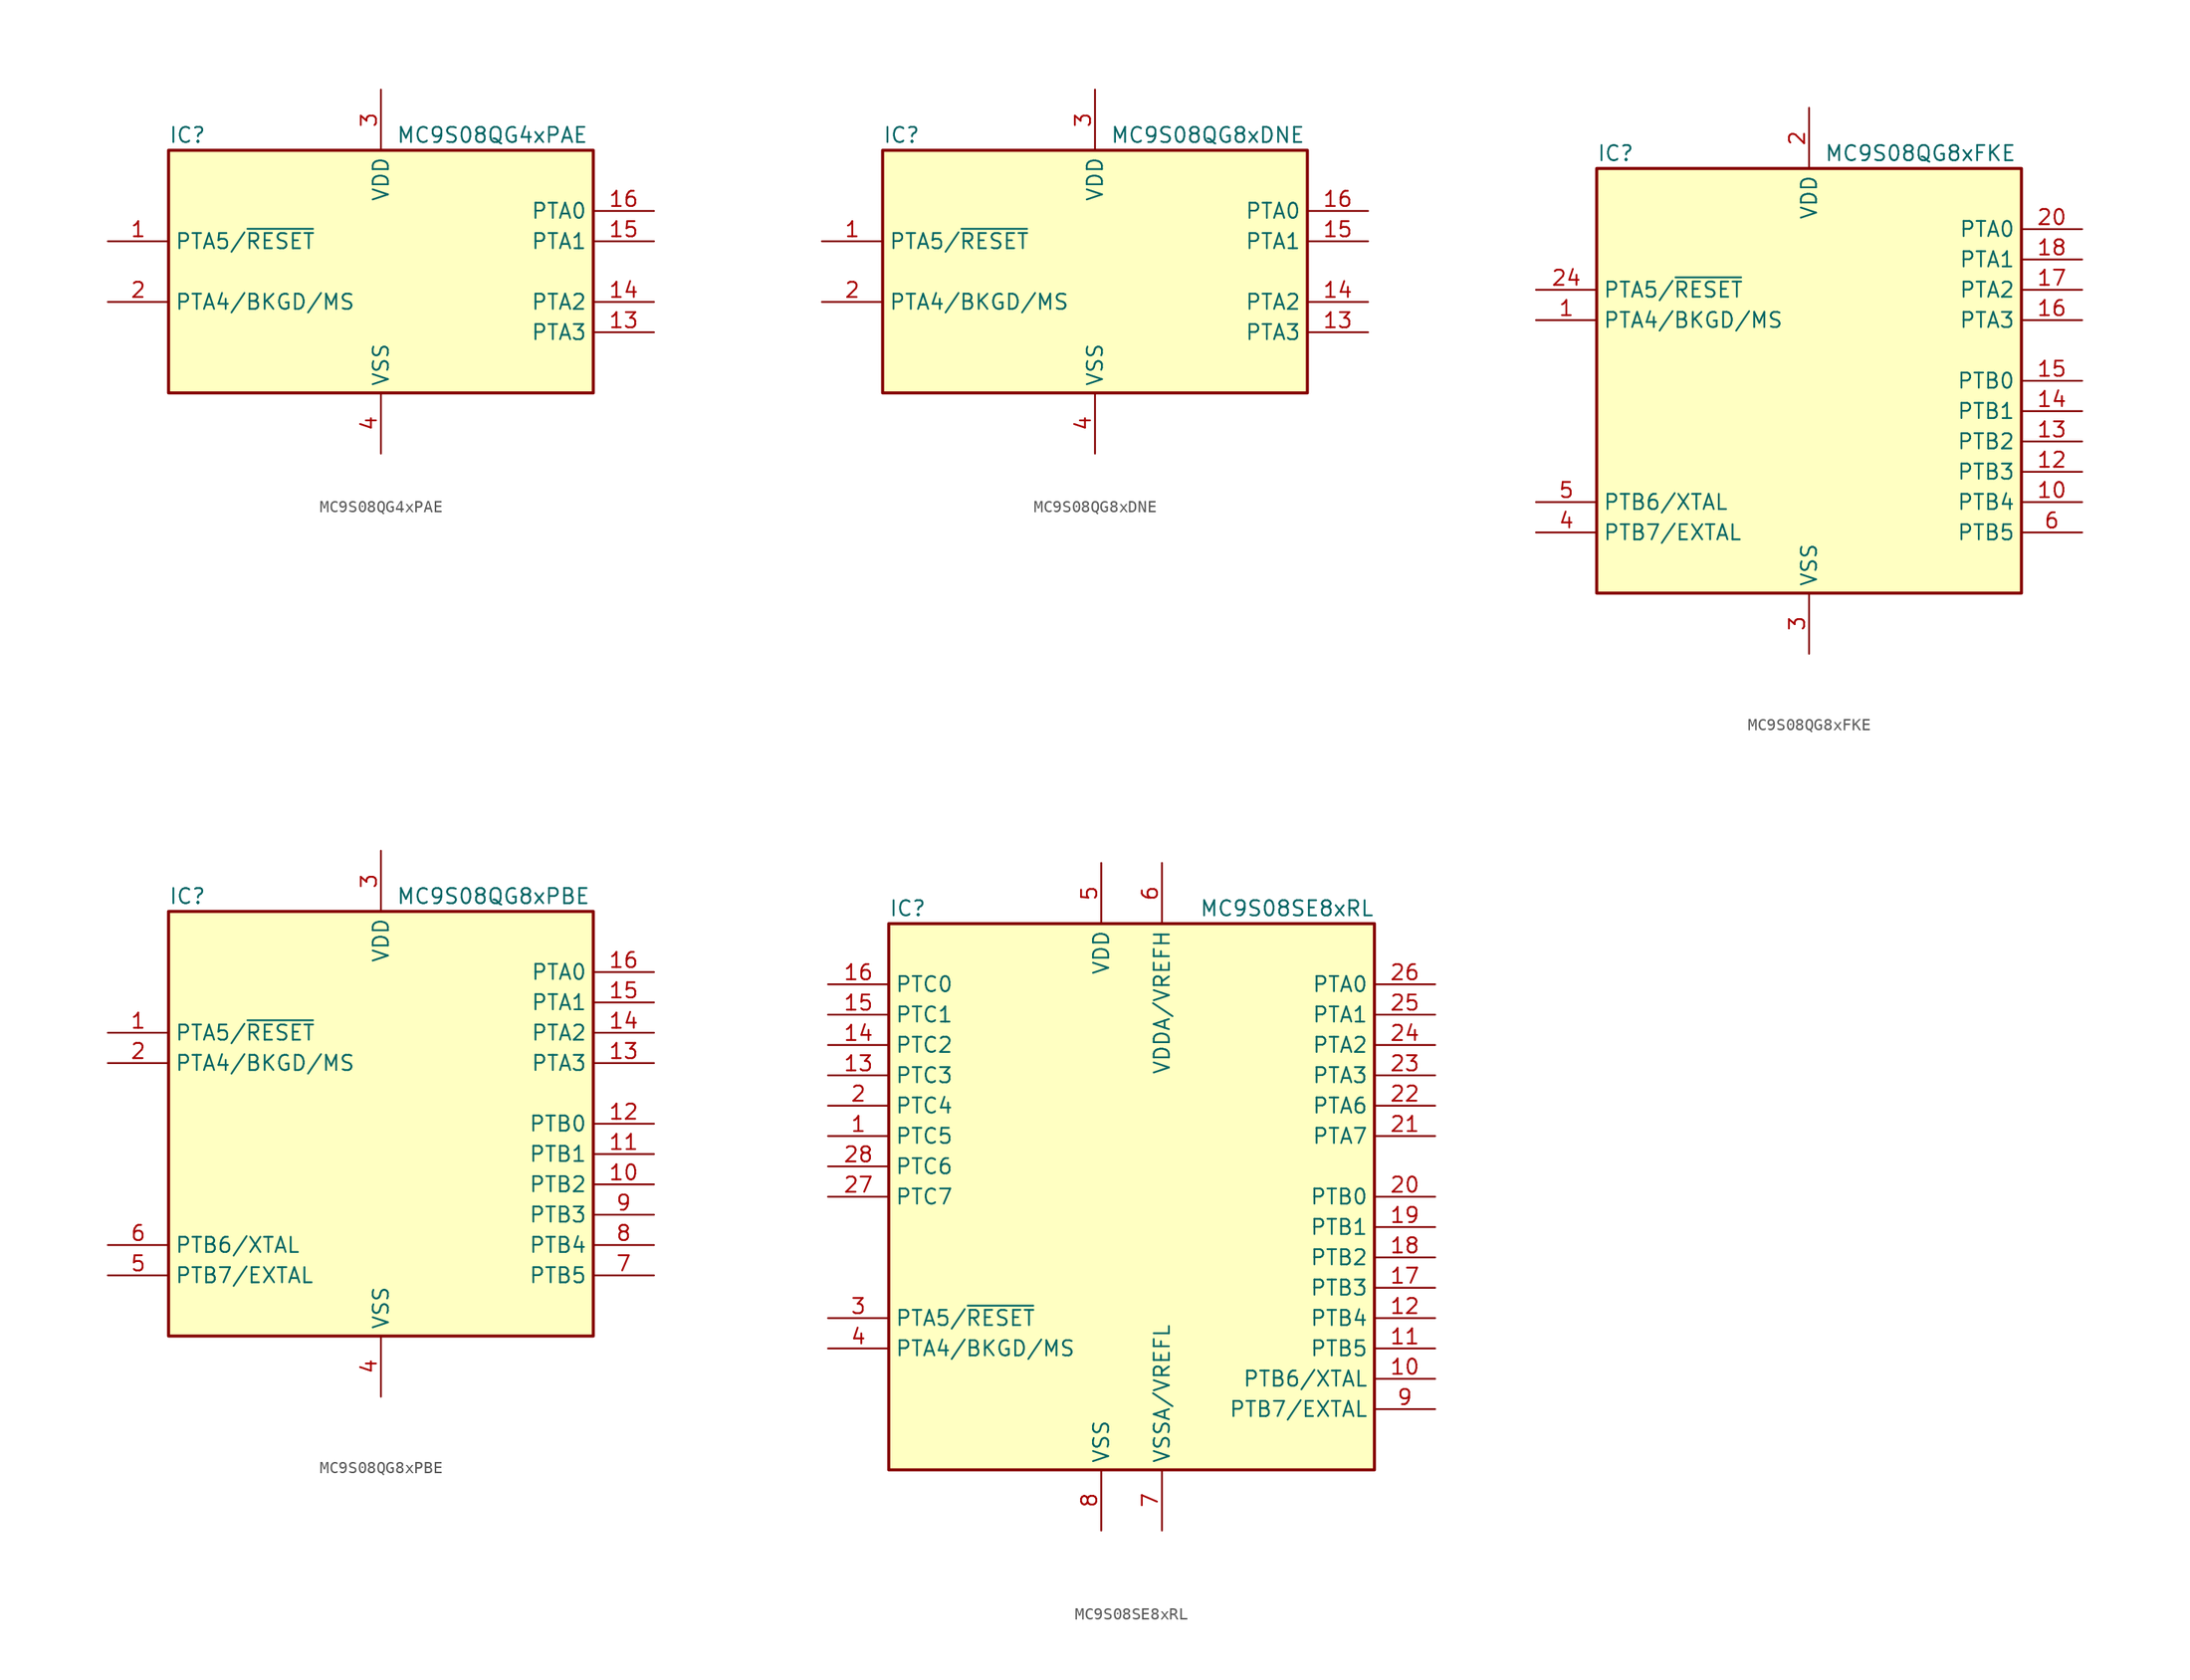
<source format=kicad_sym>
(kicad_symbol_lib
  (version 20220914)
  (generator kicad_symbol_editor)
  (symbol "MC9S08QG4xPAE"
    (property "Reference" "IC"
      (at -17.78 11.43 0)
      (effects (font (size 1.27 1.27)) (justify left)))
    (property "Value" "MC9S08QG4xPAE"
      (at 1.27 11.43 0)
      (effects (font (size 1.27 1.27)) (justify left)))
    (symbol "MC9S08QG4xPAE_0_1"
      (rectangle (start -17.78 10.16) (end 17.78 -10.16) (stroke (width 0.254) (type default)) (fill (type background))))
    (symbol "MC9S08QG4xPAE_1_1"
      (pin bidirectional line (at -22.86 2.54 0) (length 5.08) (name "PTA5/~{RESET}" (effects (font (size 1.27 1.27)))) (number "1" (effects (font (size 1.27 1.27)))))
      (pin bidirectional line (at 22.86 -5.08 180) (length 5.08) (name "PTA3" (effects (font (size 1.27 1.27)))) (number "13" (effects (font (size 1.27 1.27)))))
      (pin bidirectional line (at 22.86 -2.54 180) (length 5.08) (name "PTA2" (effects (font (size 1.27 1.27)))) (number "14" (effects (font (size 1.27 1.27)))))
      (pin bidirectional line (at 22.86 2.54 180) (length 5.08) (name "PTA1" (effects (font (size 1.27 1.27)))) (number "15" (effects (font (size 1.27 1.27)))))
      (pin bidirectional line (at 22.86 5.08 180) (length 5.08) (name "PTA0" (effects (font (size 1.27 1.27)))) (number "16" (effects (font (size 1.27 1.27)))))
      (pin bidirectional line (at -22.86 -2.54 0) (length 5.08) (name "PTA4/BKGD/MS" (effects (font (size 1.27 1.27)))) (number "2" (effects (font (size 1.27 1.27)))))
      (pin power_in line (at 0 15.24 270) (length 5.08) (name "VDD" (effects (font (size 1.27 1.27)))) (number "3" (effects (font (size 1.27 1.27)))))
      (pin power_in line (at 0 -15.24 90) (length 5.08) (name "VSS" (effects (font (size 1.27 1.27)))) (number "4" (effects (font (size 1.27 1.27)))))))
  (symbol "MC9S08QG8xDNE"
    (property "Reference" "IC"
      (at -17.78 11.43 0)
      (effects (font (size 1.27 1.27)) (justify left)))
    (property "Value" "MC9S08QG8xDNE"
      (at 1.27 11.43 0)
      (effects (font (size 1.27 1.27)) (justify left)))
    (symbol "MC9S08QG8xDNE_0_1"
      (rectangle (start -17.78 10.16) (end 17.78 -10.16) (stroke (width 0.254) (type default)) (fill (type background))))
    (symbol "MC9S08QG8xDNE_1_1"
      (pin bidirectional line (at -22.86 2.54 0) (length 5.08) (name "PTA5/~{RESET}" (effects (font (size 1.27 1.27)))) (number "1" (effects (font (size 1.27 1.27)))))
      (pin bidirectional line (at 22.86 -5.08 180) (length 5.08) (name "PTA3" (effects (font (size 1.27 1.27)))) (number "13" (effects (font (size 1.27 1.27)))))
      (pin bidirectional line (at 22.86 -2.54 180) (length 5.08) (name "PTA2" (effects (font (size 1.27 1.27)))) (number "14" (effects (font (size 1.27 1.27)))))
      (pin bidirectional line (at 22.86 2.54 180) (length 5.08) (name "PTA1" (effects (font (size 1.27 1.27)))) (number "15" (effects (font (size 1.27 1.27)))))
      (pin bidirectional line (at 22.86 5.08 180) (length 5.08) (name "PTA0" (effects (font (size 1.27 1.27)))) (number "16" (effects (font (size 1.27 1.27)))))
      (pin bidirectional line (at -22.86 -2.54 0) (length 5.08) (name "PTA4/BKGD/MS" (effects (font (size 1.27 1.27)))) (number "2" (effects (font (size 1.27 1.27)))))
      (pin power_in line (at 0 15.24 270) (length 5.08) (name "VDD" (effects (font (size 1.27 1.27)))) (number "3" (effects (font (size 1.27 1.27)))))
      (pin power_in line (at 0 -15.24 90) (length 5.08) (name "VSS" (effects (font (size 1.27 1.27)))) (number "4" (effects (font (size 1.27 1.27)))))))
  (symbol "MC9S08QG8xFKE"
    (property "Reference" "IC"
      (at -17.78 19.05 0)
      (effects (font (size 1.27 1.27)) (justify left)))
    (property "Value" "MC9S08QG8xFKE"
      (at 1.27 19.05 0)
      (effects (font (size 1.27 1.27)) (justify left)))
    (symbol "MC9S08QG8xFKE_0_1"
      (rectangle (start -17.78 17.78) (end 17.78 -17.78) (stroke (width 0.254) (type default)) (fill (type background))))
    (symbol "MC9S08QG8xFKE_1_1"
      (pin bidirectional line (at -22.86 5.08 0) (length 5.08) (name "PTA4/BKGD/MS" (effects (font (size 1.27 1.27)))) (number "1" (effects (font (size 1.27 1.27)))))
      (pin bidirectional line (at 22.86 -10.16 180) (length 5.08) (name "PTB4" (effects (font (size 1.27 1.27)))) (number "10" (effects (font (size 1.27 1.27)))))
      (pin bidirectional line (at 22.86 -7.62 180) (length 5.08) (name "PTB3" (effects (font (size 1.27 1.27)))) (number "12" (effects (font (size 1.27 1.27)))))
      (pin bidirectional line (at 22.86 -5.08 180) (length 5.08) (name "PTB2" (effects (font (size 1.27 1.27)))) (number "13" (effects (font (size 1.27 1.27)))))
      (pin bidirectional line (at 22.86 -2.54 180) (length 5.08) (name "PTB1" (effects (font (size 1.27 1.27)))) (number "14" (effects (font (size 1.27 1.27)))))
      (pin bidirectional line (at 22.86 0 180) (length 5.08) (name "PTB0" (effects (font (size 1.27 1.27)))) (number "15" (effects (font (size 1.27 1.27)))))
      (pin bidirectional line (at 22.86 5.08 180) (length 5.08) (name "PTA3" (effects (font (size 1.27 1.27)))) (number "16" (effects (font (size 1.27 1.27)))))
      (pin bidirectional line (at 22.86 7.62 180) (length 5.08) (name "PTA2" (effects (font (size 1.27 1.27)))) (number "17" (effects (font (size 1.27 1.27)))))
      (pin bidirectional line (at 22.86 10.16 180) (length 5.08) (name "PTA1" (effects (font (size 1.27 1.27)))) (number "18" (effects (font (size 1.27 1.27)))))
      (pin power_in line (at 0 22.86 270) (length 5.08) (name "VDD" (effects (font (size 1.27 1.27)))) (number "2" (effects (font (size 1.27 1.27)))))
      (pin bidirectional line (at 22.86 12.7 180) (length 5.08) (name "PTA0" (effects (font (size 1.27 1.27)))) (number "20" (effects (font (size 1.27 1.27)))))
      (pin bidirectional line (at -22.86 7.62 0) (length 5.08) (name "PTA5/~{RESET}" (effects (font (size 1.27 1.27)))) (number "24" (effects (font (size 1.27 1.27)))))
      (pin power_in line (at 0 -22.86 90) (length 5.08) (name "VSS" (effects (font (size 1.27 1.27)))) (number "3" (effects (font (size 1.27 1.27)))))
      (pin bidirectional line (at -22.86 -12.7 0) (length 5.08) (name "PTB7/EXTAL" (effects (font (size 1.27 1.27)))) (number "4" (effects (font (size 1.27 1.27)))))
      (pin bidirectional line (at -22.86 -10.16 0) (length 5.08) (name "PTB6/XTAL" (effects (font (size 1.27 1.27)))) (number "5" (effects (font (size 1.27 1.27)))))
      (pin bidirectional line (at 22.86 -12.7 180) (length 5.08) (name "PTB5" (effects (font (size 1.27 1.27)))) (number "6" (effects (font (size 1.27 1.27)))))))
  (symbol "MC9S08QG8xPBE"
    (property "Reference" "IC"
      (at -17.78 19.05 0)
      (effects (font (size 1.27 1.27)) (justify left)))
    (property "Value" "MC9S08QG8xPBE"
      (at 1.27 19.05 0)
      (effects (font (size 1.27 1.27)) (justify left)))
    (symbol "MC9S08QG8xPBE_0_1"
      (rectangle (start -17.78 17.78) (end 17.78 -17.78) (stroke (width 0.254) (type default)) (fill (type background))))
    (symbol "MC9S08QG8xPBE_1_1"
      (pin bidirectional line (at -22.86 7.62 0) (length 5.08) (name "PTA5/~{RESET}" (effects (font (size 1.27 1.27)))) (number "1" (effects (font (size 1.27 1.27)))))
      (pin bidirectional line (at 22.86 -5.08 180) (length 5.08) (name "PTB2" (effects (font (size 1.27 1.27)))) (number "10" (effects (font (size 1.27 1.27)))))
      (pin bidirectional line (at 22.86 -2.54 180) (length 5.08) (name "PTB1" (effects (font (size 1.27 1.27)))) (number "11" (effects (font (size 1.27 1.27)))))
      (pin bidirectional line (at 22.86 0 180) (length 5.08) (name "PTB0" (effects (font (size 1.27 1.27)))) (number "12" (effects (font (size 1.27 1.27)))))
      (pin bidirectional line (at 22.86 5.08 180) (length 5.08) (name "PTA3" (effects (font (size 1.27 1.27)))) (number "13" (effects (font (size 1.27 1.27)))))
      (pin bidirectional line (at 22.86 7.62 180) (length 5.08) (name "PTA2" (effects (font (size 1.27 1.27)))) (number "14" (effects (font (size 1.27 1.27)))))
      (pin bidirectional line (at 22.86 10.16 180) (length 5.08) (name "PTA1" (effects (font (size 1.27 1.27)))) (number "15" (effects (font (size 1.27 1.27)))))
      (pin bidirectional line (at 22.86 12.7 180) (length 5.08) (name "PTA0" (effects (font (size 1.27 1.27)))) (number "16" (effects (font (size 1.27 1.27)))))
      (pin bidirectional line (at -22.86 5.08 0) (length 5.08) (name "PTA4/BKGD/MS" (effects (font (size 1.27 1.27)))) (number "2" (effects (font (size 1.27 1.27)))))
      (pin power_in line (at 0 22.86 270) (length 5.08) (name "VDD" (effects (font (size 1.27 1.27)))) (number "3" (effects (font (size 1.27 1.27)))))
      (pin power_in line (at 0 -22.86 90) (length 5.08) (name "VSS" (effects (font (size 1.27 1.27)))) (number "4" (effects (font (size 1.27 1.27)))))
      (pin bidirectional line (at -22.86 -12.7 0) (length 5.08) (name "PTB7/EXTAL" (effects (font (size 1.27 1.27)))) (number "5" (effects (font (size 1.27 1.27)))))
      (pin bidirectional line (at -22.86 -10.16 0) (length 5.08) (name "PTB6/XTAL" (effects (font (size 1.27 1.27)))) (number "6" (effects (font (size 1.27 1.27)))))
      (pin bidirectional line (at 22.86 -12.7 180) (length 5.08) (name "PTB5" (effects (font (size 1.27 1.27)))) (number "7" (effects (font (size 1.27 1.27)))))
      (pin bidirectional line (at 22.86 -10.16 180) (length 5.08) (name "PTB4" (effects (font (size 1.27 1.27)))) (number "8" (effects (font (size 1.27 1.27)))))
      (pin bidirectional line (at 22.86 -7.62 180) (length 5.08) (name "PTB3" (effects (font (size 1.27 1.27)))) (number "9" (effects (font (size 1.27 1.27)))))))
  (symbol "MC9S08SE8xRL"
    (property "Reference" "IC"
      (at -20.32 24.13 0)
      (effects (font (size 1.27 1.27)) (justify left)))
    (property "Value" "MC9S08SE8xRL"
      (at 20.32 24.13 0)
      (effects (font (size 1.27 1.27)) (justify right)))
    (symbol "MC9S08SE8xRL_0_1"
      (rectangle (start -20.32 22.86) (end 20.32 -22.86) (stroke (width 0.254) (type default)) (fill (type background))))
    (symbol "MC9S08SE8xRL_1_1"
      (pin bidirectional line (at -25.4 5.08 0) (length 5.08) (name "PTC5" (effects (font (size 1.27 1.27)))) (number "1" (effects (font (size 1.27 1.27)))))
      (pin bidirectional line (at 25.4 -15.24 180) (length 5.08) (name "PTB6/XTAL" (effects (font (size 1.27 1.27)))) (number "10" (effects (font (size 1.27 1.27)))))
      (pin bidirectional line (at 25.4 -12.7 180) (length 5.08) (name "PTB5" (effects (font (size 1.27 1.27)))) (number "11" (effects (font (size 1.27 1.27)))))
      (pin bidirectional line (at 25.4 -10.16 180) (length 5.08) (name "PTB4" (effects (font (size 1.27 1.27)))) (number "12" (effects (font (size 1.27 1.27)))))
      (pin bidirectional line (at -25.4 10.16 0) (length 5.08) (name "PTC3" (effects (font (size 1.27 1.27)))) (number "13" (effects (font (size 1.27 1.27)))))
      (pin bidirectional line (at -25.4 12.7 0) (length 5.08) (name "PTC2" (effects (font (size 1.27 1.27)))) (number "14" (effects (font (size 1.27 1.27)))))
      (pin bidirectional line (at -25.4 15.24 0) (length 5.08) (name "PTC1" (effects (font (size 1.27 1.27)))) (number "15" (effects (font (size 1.27 1.27)))))
      (pin bidirectional line (at -25.4 17.78 0) (length 5.08) (name "PTC0" (effects (font (size 1.27 1.27)))) (number "16" (effects (font (size 1.27 1.27)))))
      (pin bidirectional line (at 25.4 -7.62 180) (length 5.08) (name "PTB3" (effects (font (size 1.27 1.27)))) (number "17" (effects (font (size 1.27 1.27)))))
      (pin bidirectional line (at 25.4 -5.08 180) (length 5.08) (name "PTB2" (effects (font (size 1.27 1.27)))) (number "18" (effects (font (size 1.27 1.27)))))
      (pin bidirectional line (at 25.4 -2.54 180) (length 5.08) (name "PTB1" (effects (font (size 1.27 1.27)))) (number "19" (effects (font (size 1.27 1.27)))))
      (pin bidirectional line (at -25.4 7.62 0) (length 5.08) (name "PTC4" (effects (font (size 1.27 1.27)))) (number "2" (effects (font (size 1.27 1.27)))))
      (pin bidirectional line (at 25.4 0 180) (length 5.08) (name "PTB0" (effects (font (size 1.27 1.27)))) (number "20" (effects (font (size 1.27 1.27)))))
      (pin bidirectional line (at 25.4 5.08 180) (length 5.08) (name "PTA7" (effects (font (size 1.27 1.27)))) (number "21" (effects (font (size 1.27 1.27)))))
      (pin bidirectional line (at 25.4 7.62 180) (length 5.08) (name "PTA6" (effects (font (size 1.27 1.27)))) (number "22" (effects (font (size 1.27 1.27)))))
      (pin bidirectional line (at 25.4 10.16 180) (length 5.08) (name "PTA3" (effects (font (size 1.27 1.27)))) (number "23" (effects (font (size 1.27 1.27)))))
      (pin bidirectional line (at 25.4 12.7 180) (length 5.08) (name "PTA2" (effects (font (size 1.27 1.27)))) (number "24" (effects (font (size 1.27 1.27)))))
      (pin bidirectional line (at 25.4 15.24 180) (length 5.08) (name "PTA1" (effects (font (size 1.27 1.27)))) (number "25" (effects (font (size 1.27 1.27)))))
      (pin bidirectional line (at 25.4 17.78 180) (length 5.08) (name "PTA0" (effects (font (size 1.27 1.27)))) (number "26" (effects (font (size 1.27 1.27)))))
      (pin bidirectional line (at -25.4 0 0) (length 5.08) (name "PTC7" (effects (font (size 1.27 1.27)))) (number "27" (effects (font (size 1.27 1.27)))))
      (pin bidirectional line (at -25.4 2.54 0) (length 5.08) (name "PTC6" (effects (font (size 1.27 1.27)))) (number "28" (effects (font (size 1.27 1.27)))))
      (pin bidirectional line (at -25.4 -10.16 0) (length 5.08) (name "PTA5/~{RESET}" (effects (font (size 1.27 1.27)))) (number "3" (effects (font (size 1.27 1.27)))))
      (pin bidirectional line (at -25.4 -12.7 0) (length 5.08) (name "PTA4/BKGD/MS" (effects (font (size 1.27 1.27)))) (number "4" (effects (font (size 1.27 1.27)))))
      (pin power_in line (at -2.54 27.94 270) (length 5.08) (name "VDD" (effects (font (size 1.27 1.27)))) (number "5" (effects (font (size 1.27 1.27)))))
      (pin power_in line (at 2.54 27.94 270) (length 5.08) (name "VDDA/VREFH" (effects (font (size 1.27 1.27)))) (number "6" (effects (font (size 1.27 1.27)))))
      (pin power_in line (at 2.54 -27.94 90) (length 5.08) (name "VSSA/VREFL" (effects (font (size 1.27 1.27)))) (number "7" (effects (font (size 1.27 1.27)))))
      (pin power_in line (at -2.54 -27.94 90) (length 5.08) (name "VSS" (effects (font (size 1.27 1.27)))) (number "8" (effects (font (size 1.27 1.27)))))
      (pin bidirectional line (at 25.4 -17.78 180) (length 5.08) (name "PTB7/EXTAL" (effects (font (size 1.27 1.27)))) (number "9" (effects (font (size 1.27 1.27))))))))
</source>
